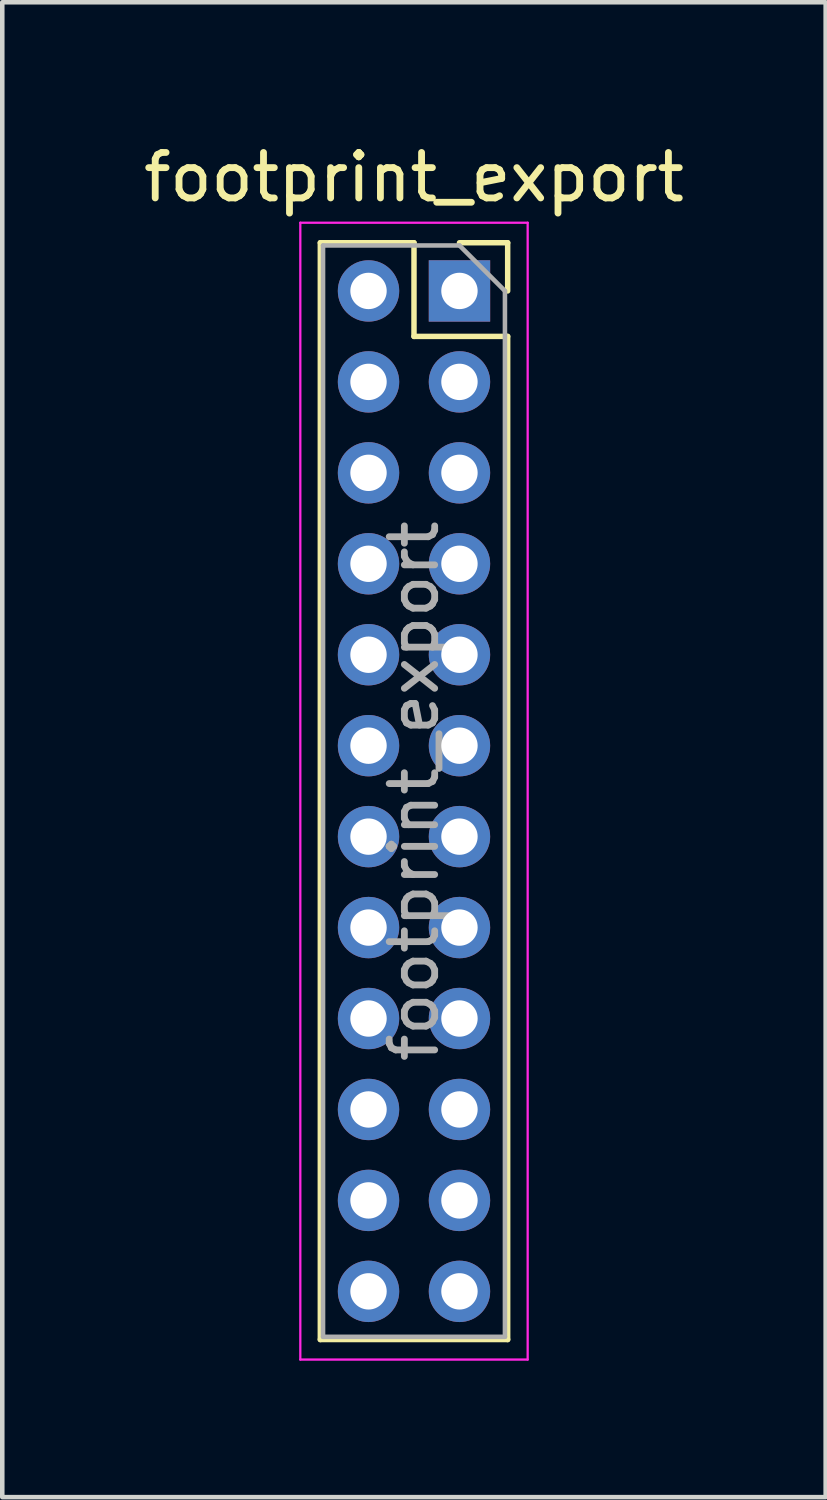
<source format=kicad_pcb>
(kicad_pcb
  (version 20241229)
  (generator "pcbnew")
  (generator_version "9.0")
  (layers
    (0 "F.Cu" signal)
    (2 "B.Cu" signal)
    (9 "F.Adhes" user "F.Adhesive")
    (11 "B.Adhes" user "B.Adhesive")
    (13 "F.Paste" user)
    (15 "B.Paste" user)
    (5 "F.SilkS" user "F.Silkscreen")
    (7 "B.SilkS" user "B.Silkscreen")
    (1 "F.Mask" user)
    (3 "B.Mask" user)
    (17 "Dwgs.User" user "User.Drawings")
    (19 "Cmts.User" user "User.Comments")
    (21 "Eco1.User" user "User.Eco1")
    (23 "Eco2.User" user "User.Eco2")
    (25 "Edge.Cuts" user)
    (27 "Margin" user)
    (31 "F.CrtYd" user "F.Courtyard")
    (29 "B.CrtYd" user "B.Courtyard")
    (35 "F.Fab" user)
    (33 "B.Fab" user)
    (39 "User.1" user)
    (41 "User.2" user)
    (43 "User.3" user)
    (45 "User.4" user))
  (footprint "footprint_export"
    (layer "F.Cu")
    (at 7.054 3.348)
    (property "Reference" "footprint_export" (at -1 -2.5 0) (layer "F.SilkS") (effects (font (size 1 1) (thickness 0.15))))
    (attr through_hole)
    (fp_line (start -3.06 -1.06) (end -3.06 23.06) (stroke (width 0.12) (type solid)) (layer "F.SilkS"))
    (fp_line (start -3.06 -1.06) (end -1 -1.06) (stroke (width 0.12) (type solid)) (layer "F.SilkS"))
    (fp_line (start -3.06 23.06) (end 1.06 23.06) (stroke (width 0.12) (type solid)) (layer "F.SilkS"))
    (fp_line (start -1 -1.06) (end -1 1) (stroke (width 0.12) (type solid)) (layer "F.SilkS"))
    (fp_line (start -1 1) (end 1.06 1) (stroke (width 0.12) (type solid)) (layer "F.SilkS"))
    (fp_line (start 0 -1.06) (end 1.06 -1.06) (stroke (width 0.12) (type solid)) (layer "F.SilkS"))
    (fp_line (start 1.06 -1.06) (end 1.06 0) (stroke (width 0.12) (type solid)) (layer "F.SilkS"))
    (fp_line (start 1.06 1) (end 1.06 23.06) (stroke (width 0.12) (type solid)) (layer "F.SilkS"))
    (fp_line (start -3.5 -1.5) (end 1.5 -1.5) (stroke (width 0.05) (type solid)) (layer "F.CrtYd"))
    (fp_line (start -3.5 23.5) (end -3.5 -1.5) (stroke (width 0.05) (type solid)) (layer "F.CrtYd"))
    (fp_line (start 1.5 -1.5) (end 1.5 23.5) (stroke (width 0.05) (type solid)) (layer "F.CrtYd"))
    (fp_line (start 1.5 23.5) (end -3.5 23.5) (stroke (width 0.05) (type solid)) (layer "F.CrtYd"))
    (fp_line (start -3 -1) (end 0 -1) (stroke (width 0.1) (type solid)) (layer "F.Fab"))
    (fp_line (start -3 23) (end -3 -1) (stroke (width 0.1) (type solid)) (layer "F.Fab"))
    (fp_line (start 0 -1) (end 1 0) (stroke (width 0.1) (type solid)) (layer "F.Fab"))
    (fp_line (start 1 0) (end 1 23) (stroke (width 0.1) (type solid)) (layer "F.Fab"))
    (fp_line (start 1 23) (end -3 23) (stroke (width 0.1) (type solid)) (layer "F.Fab"))
    (fp_text user "${REFERENCE}" (at -1 11 90) (layer "F.Fab") (effects (font (size 1 1) (thickness 0.15))))
    (pad "1" thru_hole rect (at 0 0) (size 1.35 1.35) (drill 0.8) (layers "*.Cu" "*.Mask"))
    (pad "2" thru_hole oval (at -2 0) (size 1.35 1.35) (drill 0.8) (layers "*.Cu" "*.Mask"))
    (pad "3" thru_hole oval (at 0 2) (size 1.35 1.35) (drill 0.8) (layers "*.Cu" "*.Mask"))
    (pad "4" thru_hole oval (at -2 2) (size 1.35 1.35) (drill 0.8) (layers "*.Cu" "*.Mask"))
    (pad "5" thru_hole oval (at 0 4) (size 1.35 1.35) (drill 0.8) (layers "*.Cu" "*.Mask"))
    (pad "6" thru_hole oval (at -2 4) (size 1.35 1.35) (drill 0.8) (layers "*.Cu" "*.Mask"))
    (pad "7" thru_hole oval (at 0 6) (size 1.35 1.35) (drill 0.8) (layers "*.Cu" "*.Mask"))
    (pad "8" thru_hole oval (at -2 6) (size 1.35 1.35) (drill 0.8) (layers "*.Cu" "*.Mask"))
    (pad "9" thru_hole oval (at 0 8) (size 1.35 1.35) (drill 0.8) (layers "*.Cu" "*.Mask"))
    (pad "10" thru_hole oval (at -2 8) (size 1.35 1.35) (drill 0.8) (layers "*.Cu" "*.Mask"))
    (pad "11" thru_hole oval (at 0 10) (size 1.35 1.35) (drill 0.8) (layers "*.Cu" "*.Mask"))
    (pad "12" thru_hole oval (at -2 10) (size 1.35 1.35) (drill 0.8) (layers "*.Cu" "*.Mask"))
    (pad "13" thru_hole oval (at 0 12) (size 1.35 1.35) (drill 0.8) (layers "*.Cu" "*.Mask"))
    (pad "14" thru_hole oval (at -2 12) (size 1.35 1.35) (drill 0.8) (layers "*.Cu" "*.Mask"))
    (pad "15" thru_hole oval (at 0 14) (size 1.35 1.35) (drill 0.8) (layers "*.Cu" "*.Mask"))
    (pad "16" thru_hole oval (at -2 14) (size 1.35 1.35) (drill 0.8) (layers "*.Cu" "*.Mask"))
    (pad "17" thru_hole oval (at 0 16) (size 1.35 1.35) (drill 0.8) (layers "*.Cu" "*.Mask"))
    (pad "18" thru_hole oval (at -2 16) (size 1.35 1.35) (drill 0.8) (layers "*.Cu" "*.Mask"))
    (pad "19" thru_hole oval (at 0 18) (size 1.35 1.35) (drill 0.8) (layers "*.Cu" "*.Mask"))
    (pad "20" thru_hole oval (at -2 18) (size 1.35 1.35) (drill 0.8) (layers "*.Cu" "*.Mask"))
    (pad "21" thru_hole oval (at 0 20) (size 1.35 1.35) (drill 0.8) (layers "*.Cu" "*.Mask"))
    (pad "22" thru_hole oval (at -2 20) (size 1.35 1.35) (drill 0.8) (layers "*.Cu" "*.Mask"))
    (pad "23" thru_hole oval (at 0 22) (size 1.35 1.35) (drill 0.8) (layers "*.Cu" "*.Mask"))
    (pad "24" thru_hole oval (at -2 22) (size 1.35 1.35) (drill 0.8) (layers "*.Cu" "*.Mask")))
  (gr_rect
    (start -3 -3)
    (end 15.107 29.873)
    (stroke (width 0.1) (type default))
    (fill no)
    (layer "Edge.Cuts")))
</source>
